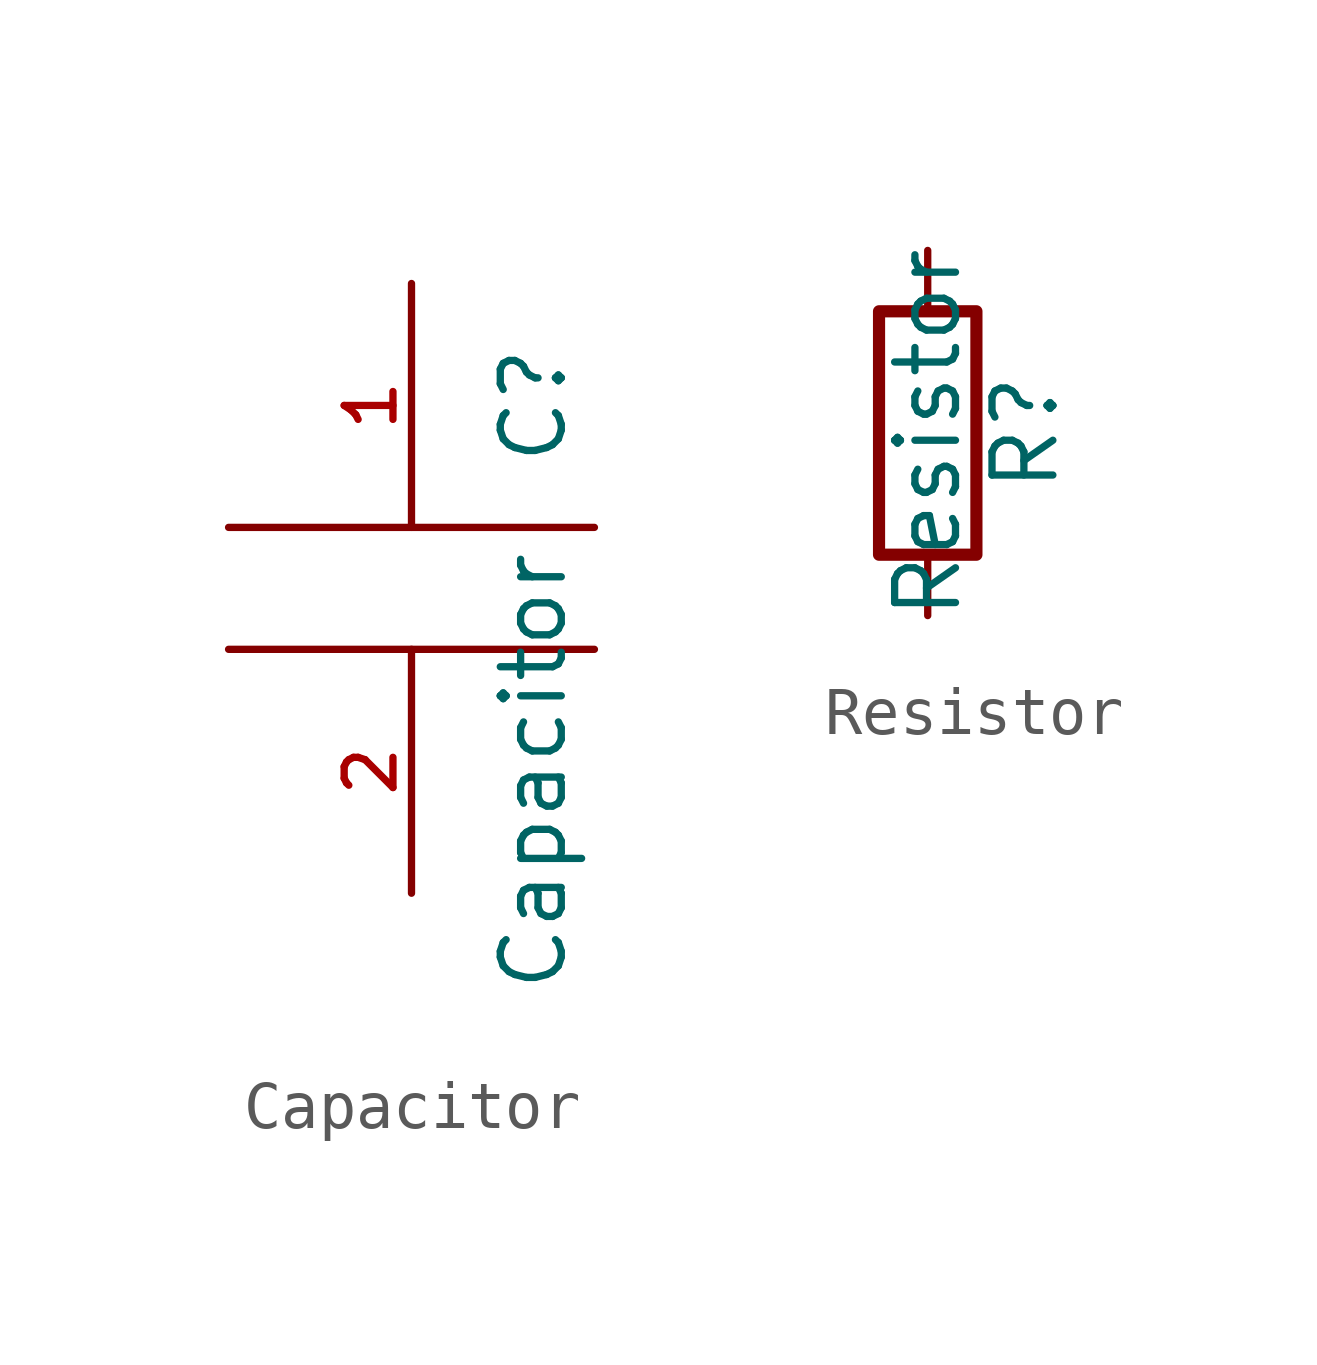
<source format=kicad_sym>
(kicad_symbol_lib
  (version 20211014)
  (generator kicad_symbol_editor)
  (symbol "Capacitor"
    (pin_names
      (offset 0.254))
    (property "Reference" "C"
      (at 2.54 3.81 90)
      (effects (font (size 1.27 1.27))))
    (property "Value" "Capacitor"
      (at 2.54 -3.81 90)
      (effects (font (size 1.27 1.27))))
    (symbol "Capacitor_0_1"
      (polyline (pts (xy -3.81 -1.27) (xy 3.81 -1.27)) (stroke (width 0) (type default) (color 0 0 0 0)) (fill (type none)))
      (polyline (pts (xy -3.81 1.27) (xy 3.81 1.27)) (stroke (width 0) (type default) (color 0 0 0 0)) (fill (type none))))
    (symbol "Capacitor_1_1"
      (pin passive line (at 0 6.35 270) (length 5.08) (name "~" (effects (font (size 1.016 1.016)))) (number "1" (effects (font (size 1.016 1.016)))))
      (pin passive line (at 0 -6.35 90) (length 5.08) (name "~" (effects (font (size 1.016 1.016)))) (number "2" (effects (font (size 1.016 1.016)))))))
  (symbol "Resistor"
    (pin_numbers hide)
    (pin_names
      (offset 0))
    (property "Reference" "R"
      (at 2.032 0 90)
      (effects (font (size 1.27 1.27))))
    (property "Value" "Resistor"
      (at 0 0 90)
      (effects (font (size 1.27 1.27))))
    (symbol "Resistor_0_1"
      (rectangle (start -1.016 -2.54) (end 1.016 2.54) (stroke (width 0.254) (type default) (color 0 0 0 0)) (fill (type none))))
    (symbol "Resistor_1_1"
      (pin passive line (at 0 3.81 270) (length 1.27) (name "~" (effects (font (size 1.27 1.27)))) (number "1" (effects (font (size 1.27 1.27)))))
      (pin passive line (at 0 -3.81 90) (length 1.27) (name "~" (effects (font (size 1.27 1.27)))) (number "2" (effects (font (size 1.27 1.27))))))))
</source>
